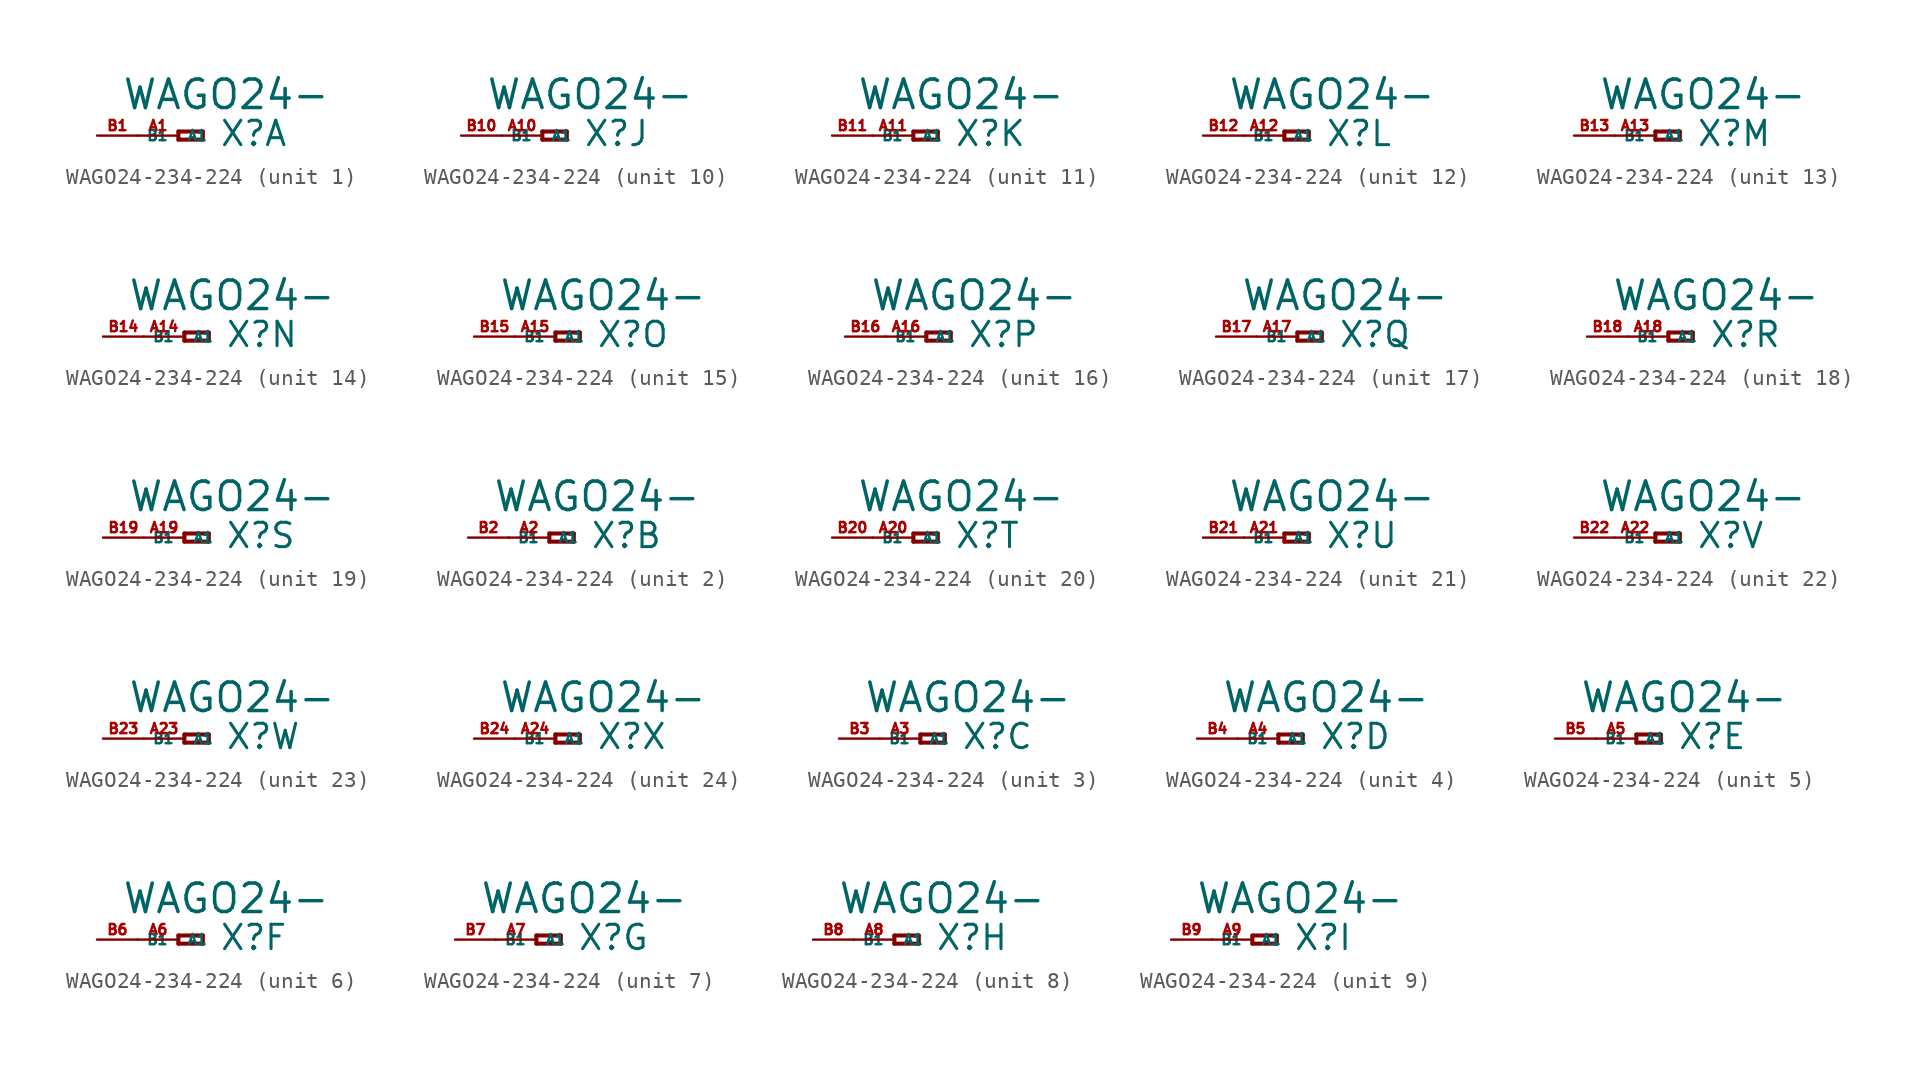
<source format=kicad_sym>
(kicad_symbol_lib
  (version 20220914)
  (generator Eagle2Kicad)
  (symbol "WAGO24-234-224"
    (property "Reference" "X"
      (at 2.54 -0.762 0)
      (effects (font (size 1.524 1.524) (thickness 0.19)) (justify left bottom)))
    (property "Value" "WAGO24-"
      (at -3.556 1.524 0)
      (effects (font (size 1.778 1.778) (thickness 0.22)) (justify left bottom)))
    (symbol "WAGO24-234-224_1_0"
      (polyline (pts (xy 0 0.254) (xy 0 -0.254)) (stroke (width 0.254) (type default)) (fill (type none)))
      (polyline (pts (xy 0 -0.254) (xy 1.524 -0.254)) (stroke (width 0.254) (type default)) (fill (type none)))
      (polyline (pts (xy 1.524 -0.254) (xy 1.524 0.254)) (stroke (width 0.254) (type default)) (fill (type none)))
      (polyline (pts (xy 1.524 0.254) (xy 0 0.254)) (stroke (width 0.254) (type default)) (fill (type none)))
      (pin passive line (at -2.54 0 0) (length 2.54) (name "A1" (effects (font (size 0.635 0.635) (thickness 0.08)) (justify left bottom))) (number "A1" (effects (font (size 0.635 0.635) (thickness 0.08)) (justify left bottom))))
      (pin passive line (at -5.08 0 0) (length 2.54) (name "B1" (effects (font (size 0.635 0.635) (thickness 0.08)) (justify left bottom))) (number "B1" (effects (font (size 0.635 0.635) (thickness 0.08)) (justify left bottom)))))
    (symbol "WAGO24-234-224_2_0"
      (polyline (pts (xy 0 0.254) (xy 0 -0.254)) (stroke (width 0.254) (type default)) (fill (type none)))
      (polyline (pts (xy 0 -0.254) (xy 1.524 -0.254)) (stroke (width 0.254) (type default)) (fill (type none)))
      (polyline (pts (xy 1.524 -0.254) (xy 1.524 0.254)) (stroke (width 0.254) (type default)) (fill (type none)))
      (polyline (pts (xy 1.524 0.254) (xy 0 0.254)) (stroke (width 0.254) (type default)) (fill (type none)))
      (pin passive line (at -2.54 0 0) (length 2.54) (name "A1" (effects (font (size 0.635 0.635) (thickness 0.08)) (justify left bottom))) (number "A2" (effects (font (size 0.635 0.635) (thickness 0.08)) (justify left bottom))))
      (pin passive line (at -5.08 0 0) (length 2.54) (name "B1" (effects (font (size 0.635 0.635) (thickness 0.08)) (justify left bottom))) (number "B2" (effects (font (size 0.635 0.635) (thickness 0.08)) (justify left bottom)))))
    (symbol "WAGO24-234-224_3_0"
      (polyline (pts (xy 0 0.254) (xy 0 -0.254)) (stroke (width 0.254) (type default)) (fill (type none)))
      (polyline (pts (xy 0 -0.254) (xy 1.524 -0.254)) (stroke (width 0.254) (type default)) (fill (type none)))
      (polyline (pts (xy 1.524 -0.254) (xy 1.524 0.254)) (stroke (width 0.254) (type default)) (fill (type none)))
      (polyline (pts (xy 1.524 0.254) (xy 0 0.254)) (stroke (width 0.254) (type default)) (fill (type none)))
      (pin passive line (at -2.54 0 0) (length 2.54) (name "A1" (effects (font (size 0.635 0.635) (thickness 0.08)) (justify left bottom))) (number "A3" (effects (font (size 0.635 0.635) (thickness 0.08)) (justify left bottom))))
      (pin passive line (at -5.08 0 0) (length 2.54) (name "B1" (effects (font (size 0.635 0.635) (thickness 0.08)) (justify left bottom))) (number "B3" (effects (font (size 0.635 0.635) (thickness 0.08)) (justify left bottom)))))
    (symbol "WAGO24-234-224_4_0"
      (polyline (pts (xy 0 0.254) (xy 0 -0.254)) (stroke (width 0.254) (type default)) (fill (type none)))
      (polyline (pts (xy 0 -0.254) (xy 1.524 -0.254)) (stroke (width 0.254) (type default)) (fill (type none)))
      (polyline (pts (xy 1.524 -0.254) (xy 1.524 0.254)) (stroke (width 0.254) (type default)) (fill (type none)))
      (polyline (pts (xy 1.524 0.254) (xy 0 0.254)) (stroke (width 0.254) (type default)) (fill (type none)))
      (pin passive line (at -2.54 0 0) (length 2.54) (name "A1" (effects (font (size 0.635 0.635) (thickness 0.08)) (justify left bottom))) (number "A4" (effects (font (size 0.635 0.635) (thickness 0.08)) (justify left bottom))))
      (pin passive line (at -5.08 0 0) (length 2.54) (name "B1" (effects (font (size 0.635 0.635) (thickness 0.08)) (justify left bottom))) (number "B4" (effects (font (size 0.635 0.635) (thickness 0.08)) (justify left bottom)))))
    (symbol "WAGO24-234-224_5_0"
      (polyline (pts (xy 0 0.254) (xy 0 -0.254)) (stroke (width 0.254) (type default)) (fill (type none)))
      (polyline (pts (xy 0 -0.254) (xy 1.524 -0.254)) (stroke (width 0.254) (type default)) (fill (type none)))
      (polyline (pts (xy 1.524 -0.254) (xy 1.524 0.254)) (stroke (width 0.254) (type default)) (fill (type none)))
      (polyline (pts (xy 1.524 0.254) (xy 0 0.254)) (stroke (width 0.254) (type default)) (fill (type none)))
      (pin passive line (at -2.54 0 0) (length 2.54) (name "A1" (effects (font (size 0.635 0.635) (thickness 0.08)) (justify left bottom))) (number "A5" (effects (font (size 0.635 0.635) (thickness 0.08)) (justify left bottom))))
      (pin passive line (at -5.08 0 0) (length 2.54) (name "B1" (effects (font (size 0.635 0.635) (thickness 0.08)) (justify left bottom))) (number "B5" (effects (font (size 0.635 0.635) (thickness 0.08)) (justify left bottom)))))
    (symbol "WAGO24-234-224_6_0"
      (polyline (pts (xy 0 0.254) (xy 0 -0.254)) (stroke (width 0.254) (type default)) (fill (type none)))
      (polyline (pts (xy 0 -0.254) (xy 1.524 -0.254)) (stroke (width 0.254) (type default)) (fill (type none)))
      (polyline (pts (xy 1.524 -0.254) (xy 1.524 0.254)) (stroke (width 0.254) (type default)) (fill (type none)))
      (polyline (pts (xy 1.524 0.254) (xy 0 0.254)) (stroke (width 0.254) (type default)) (fill (type none)))
      (pin passive line (at -2.54 0 0) (length 2.54) (name "A1" (effects (font (size 0.635 0.635) (thickness 0.08)) (justify left bottom))) (number "A6" (effects (font (size 0.635 0.635) (thickness 0.08)) (justify left bottom))))
      (pin passive line (at -5.08 0 0) (length 2.54) (name "B1" (effects (font (size 0.635 0.635) (thickness 0.08)) (justify left bottom))) (number "B6" (effects (font (size 0.635 0.635) (thickness 0.08)) (justify left bottom)))))
    (symbol "WAGO24-234-224_7_0"
      (polyline (pts (xy 0 0.254) (xy 0 -0.254)) (stroke (width 0.254) (type default)) (fill (type none)))
      (polyline (pts (xy 0 -0.254) (xy 1.524 -0.254)) (stroke (width 0.254) (type default)) (fill (type none)))
      (polyline (pts (xy 1.524 -0.254) (xy 1.524 0.254)) (stroke (width 0.254) (type default)) (fill (type none)))
      (polyline (pts (xy 1.524 0.254) (xy 0 0.254)) (stroke (width 0.254) (type default)) (fill (type none)))
      (pin passive line (at -2.54 0 0) (length 2.54) (name "A1" (effects (font (size 0.635 0.635) (thickness 0.08)) (justify left bottom))) (number "A7" (effects (font (size 0.635 0.635) (thickness 0.08)) (justify left bottom))))
      (pin passive line (at -5.08 0 0) (length 2.54) (name "B1" (effects (font (size 0.635 0.635) (thickness 0.08)) (justify left bottom))) (number "B7" (effects (font (size 0.635 0.635) (thickness 0.08)) (justify left bottom)))))
    (symbol "WAGO24-234-224_8_0"
      (polyline (pts (xy 0 0.254) (xy 0 -0.254)) (stroke (width 0.254) (type default)) (fill (type none)))
      (polyline (pts (xy 0 -0.254) (xy 1.524 -0.254)) (stroke (width 0.254) (type default)) (fill (type none)))
      (polyline (pts (xy 1.524 -0.254) (xy 1.524 0.254)) (stroke (width 0.254) (type default)) (fill (type none)))
      (polyline (pts (xy 1.524 0.254) (xy 0 0.254)) (stroke (width 0.254) (type default)) (fill (type none)))
      (pin passive line (at -2.54 0 0) (length 2.54) (name "A1" (effects (font (size 0.635 0.635) (thickness 0.08)) (justify left bottom))) (number "A8" (effects (font (size 0.635 0.635) (thickness 0.08)) (justify left bottom))))
      (pin passive line (at -5.08 0 0) (length 2.54) (name "B1" (effects (font (size 0.635 0.635) (thickness 0.08)) (justify left bottom))) (number "B8" (effects (font (size 0.635 0.635) (thickness 0.08)) (justify left bottom)))))
    (symbol "WAGO24-234-224_9_0"
      (polyline (pts (xy 0 0.254) (xy 0 -0.254)) (stroke (width 0.254) (type default)) (fill (type none)))
      (polyline (pts (xy 0 -0.254) (xy 1.524 -0.254)) (stroke (width 0.254) (type default)) (fill (type none)))
      (polyline (pts (xy 1.524 -0.254) (xy 1.524 0.254)) (stroke (width 0.254) (type default)) (fill (type none)))
      (polyline (pts (xy 1.524 0.254) (xy 0 0.254)) (stroke (width 0.254) (type default)) (fill (type none)))
      (pin passive line (at -2.54 0 0) (length 2.54) (name "A1" (effects (font (size 0.635 0.635) (thickness 0.08)) (justify left bottom))) (number "A9" (effects (font (size 0.635 0.635) (thickness 0.08)) (justify left bottom))))
      (pin passive line (at -5.08 0 0) (length 2.54) (name "B1" (effects (font (size 0.635 0.635) (thickness 0.08)) (justify left bottom))) (number "B9" (effects (font (size 0.635 0.635) (thickness 0.08)) (justify left bottom)))))
    (symbol "WAGO24-234-224_10_0"
      (polyline (pts (xy 0 0.254) (xy 0 -0.254)) (stroke (width 0.254) (type default)) (fill (type none)))
      (polyline (pts (xy 0 -0.254) (xy 1.524 -0.254)) (stroke (width 0.254) (type default)) (fill (type none)))
      (polyline (pts (xy 1.524 -0.254) (xy 1.524 0.254)) (stroke (width 0.254) (type default)) (fill (type none)))
      (polyline (pts (xy 1.524 0.254) (xy 0 0.254)) (stroke (width 0.254) (type default)) (fill (type none)))
      (pin passive line (at -2.54 0 0) (length 2.54) (name "A1" (effects (font (size 0.635 0.635) (thickness 0.08)) (justify left bottom))) (number "A10" (effects (font (size 0.635 0.635) (thickness 0.08)) (justify left bottom))))
      (pin passive line (at -5.08 0 0) (length 2.54) (name "B1" (effects (font (size 0.635 0.635) (thickness 0.08)) (justify left bottom))) (number "B10" (effects (font (size 0.635 0.635) (thickness 0.08)) (justify left bottom)))))
    (symbol "WAGO24-234-224_11_0"
      (polyline (pts (xy 0 0.254) (xy 0 -0.254)) (stroke (width 0.254) (type default)) (fill (type none)))
      (polyline (pts (xy 0 -0.254) (xy 1.524 -0.254)) (stroke (width 0.254) (type default)) (fill (type none)))
      (polyline (pts (xy 1.524 -0.254) (xy 1.524 0.254)) (stroke (width 0.254) (type default)) (fill (type none)))
      (polyline (pts (xy 1.524 0.254) (xy 0 0.254)) (stroke (width 0.254) (type default)) (fill (type none)))
      (pin passive line (at -2.54 0 0) (length 2.54) (name "A1" (effects (font (size 0.635 0.635) (thickness 0.08)) (justify left bottom))) (number "A11" (effects (font (size 0.635 0.635) (thickness 0.08)) (justify left bottom))))
      (pin passive line (at -5.08 0 0) (length 2.54) (name "B1" (effects (font (size 0.635 0.635) (thickness 0.08)) (justify left bottom))) (number "B11" (effects (font (size 0.635 0.635) (thickness 0.08)) (justify left bottom)))))
    (symbol "WAGO24-234-224_12_0"
      (polyline (pts (xy 0 0.254) (xy 0 -0.254)) (stroke (width 0.254) (type default)) (fill (type none)))
      (polyline (pts (xy 0 -0.254) (xy 1.524 -0.254)) (stroke (width 0.254) (type default)) (fill (type none)))
      (polyline (pts (xy 1.524 -0.254) (xy 1.524 0.254)) (stroke (width 0.254) (type default)) (fill (type none)))
      (polyline (pts (xy 1.524 0.254) (xy 0 0.254)) (stroke (width 0.254) (type default)) (fill (type none)))
      (pin passive line (at -2.54 0 0) (length 2.54) (name "A1" (effects (font (size 0.635 0.635) (thickness 0.08)) (justify left bottom))) (number "A12" (effects (font (size 0.635 0.635) (thickness 0.08)) (justify left bottom))))
      (pin passive line (at -5.08 0 0) (length 2.54) (name "B1" (effects (font (size 0.635 0.635) (thickness 0.08)) (justify left bottom))) (number "B12" (effects (font (size 0.635 0.635) (thickness 0.08)) (justify left bottom)))))
    (symbol "WAGO24-234-224_13_0"
      (polyline (pts (xy 0 0.254) (xy 0 -0.254)) (stroke (width 0.254) (type default)) (fill (type none)))
      (polyline (pts (xy 0 -0.254) (xy 1.524 -0.254)) (stroke (width 0.254) (type default)) (fill (type none)))
      (polyline (pts (xy 1.524 -0.254) (xy 1.524 0.254)) (stroke (width 0.254) (type default)) (fill (type none)))
      (polyline (pts (xy 1.524 0.254) (xy 0 0.254)) (stroke (width 0.254) (type default)) (fill (type none)))
      (pin passive line (at -2.54 0 0) (length 2.54) (name "A1" (effects (font (size 0.635 0.635) (thickness 0.08)) (justify left bottom))) (number "A13" (effects (font (size 0.635 0.635) (thickness 0.08)) (justify left bottom))))
      (pin passive line (at -5.08 0 0) (length 2.54) (name "B1" (effects (font (size 0.635 0.635) (thickness 0.08)) (justify left bottom))) (number "B13" (effects (font (size 0.635 0.635) (thickness 0.08)) (justify left bottom)))))
    (symbol "WAGO24-234-224_14_0"
      (polyline (pts (xy 0 0.254) (xy 0 -0.254)) (stroke (width 0.254) (type default)) (fill (type none)))
      (polyline (pts (xy 0 -0.254) (xy 1.524 -0.254)) (stroke (width 0.254) (type default)) (fill (type none)))
      (polyline (pts (xy 1.524 -0.254) (xy 1.524 0.254)) (stroke (width 0.254) (type default)) (fill (type none)))
      (polyline (pts (xy 1.524 0.254) (xy 0 0.254)) (stroke (width 0.254) (type default)) (fill (type none)))
      (pin passive line (at -2.54 0 0) (length 2.54) (name "A1" (effects (font (size 0.635 0.635) (thickness 0.08)) (justify left bottom))) (number "A14" (effects (font (size 0.635 0.635) (thickness 0.08)) (justify left bottom))))
      (pin passive line (at -5.08 0 0) (length 2.54) (name "B1" (effects (font (size 0.635 0.635) (thickness 0.08)) (justify left bottom))) (number "B14" (effects (font (size 0.635 0.635) (thickness 0.08)) (justify left bottom)))))
    (symbol "WAGO24-234-224_15_0"
      (polyline (pts (xy 0 0.254) (xy 0 -0.254)) (stroke (width 0.254) (type default)) (fill (type none)))
      (polyline (pts (xy 0 -0.254) (xy 1.524 -0.254)) (stroke (width 0.254) (type default)) (fill (type none)))
      (polyline (pts (xy 1.524 -0.254) (xy 1.524 0.254)) (stroke (width 0.254) (type default)) (fill (type none)))
      (polyline (pts (xy 1.524 0.254) (xy 0 0.254)) (stroke (width 0.254) (type default)) (fill (type none)))
      (pin passive line (at -2.54 0 0) (length 2.54) (name "A1" (effects (font (size 0.635 0.635) (thickness 0.08)) (justify left bottom))) (number "A15" (effects (font (size 0.635 0.635) (thickness 0.08)) (justify left bottom))))
      (pin passive line (at -5.08 0 0) (length 2.54) (name "B1" (effects (font (size 0.635 0.635) (thickness 0.08)) (justify left bottom))) (number "B15" (effects (font (size 0.635 0.635) (thickness 0.08)) (justify left bottom)))))
    (symbol "WAGO24-234-224_16_0"
      (polyline (pts (xy 0 0.254) (xy 0 -0.254)) (stroke (width 0.254) (type default)) (fill (type none)))
      (polyline (pts (xy 0 -0.254) (xy 1.524 -0.254)) (stroke (width 0.254) (type default)) (fill (type none)))
      (polyline (pts (xy 1.524 -0.254) (xy 1.524 0.254)) (stroke (width 0.254) (type default)) (fill (type none)))
      (polyline (pts (xy 1.524 0.254) (xy 0 0.254)) (stroke (width 0.254) (type default)) (fill (type none)))
      (pin passive line (at -2.54 0 0) (length 2.54) (name "A1" (effects (font (size 0.635 0.635) (thickness 0.08)) (justify left bottom))) (number "A16" (effects (font (size 0.635 0.635) (thickness 0.08)) (justify left bottom))))
      (pin passive line (at -5.08 0 0) (length 2.54) (name "B1" (effects (font (size 0.635 0.635) (thickness 0.08)) (justify left bottom))) (number "B16" (effects (font (size 0.635 0.635) (thickness 0.08)) (justify left bottom)))))
    (symbol "WAGO24-234-224_17_0"
      (polyline (pts (xy 0 0.254) (xy 0 -0.254)) (stroke (width 0.254) (type default)) (fill (type none)))
      (polyline (pts (xy 0 -0.254) (xy 1.524 -0.254)) (stroke (width 0.254) (type default)) (fill (type none)))
      (polyline (pts (xy 1.524 -0.254) (xy 1.524 0.254)) (stroke (width 0.254) (type default)) (fill (type none)))
      (polyline (pts (xy 1.524 0.254) (xy 0 0.254)) (stroke (width 0.254) (type default)) (fill (type none)))
      (pin passive line (at -2.54 0 0) (length 2.54) (name "A1" (effects (font (size 0.635 0.635) (thickness 0.08)) (justify left bottom))) (number "A17" (effects (font (size 0.635 0.635) (thickness 0.08)) (justify left bottom))))
      (pin passive line (at -5.08 0 0) (length 2.54) (name "B1" (effects (font (size 0.635 0.635) (thickness 0.08)) (justify left bottom))) (number "B17" (effects (font (size 0.635 0.635) (thickness 0.08)) (justify left bottom)))))
    (symbol "WAGO24-234-224_18_0"
      (polyline (pts (xy 0 0.254) (xy 0 -0.254)) (stroke (width 0.254) (type default)) (fill (type none)))
      (polyline (pts (xy 0 -0.254) (xy 1.524 -0.254)) (stroke (width 0.254) (type default)) (fill (type none)))
      (polyline (pts (xy 1.524 -0.254) (xy 1.524 0.254)) (stroke (width 0.254) (type default)) (fill (type none)))
      (polyline (pts (xy 1.524 0.254) (xy 0 0.254)) (stroke (width 0.254) (type default)) (fill (type none)))
      (pin passive line (at -2.54 0 0) (length 2.54) (name "A1" (effects (font (size 0.635 0.635) (thickness 0.08)) (justify left bottom))) (number "A18" (effects (font (size 0.635 0.635) (thickness 0.08)) (justify left bottom))))
      (pin passive line (at -5.08 0 0) (length 2.54) (name "B1" (effects (font (size 0.635 0.635) (thickness 0.08)) (justify left bottom))) (number "B18" (effects (font (size 0.635 0.635) (thickness 0.08)) (justify left bottom)))))
    (symbol "WAGO24-234-224_19_0"
      (polyline (pts (xy 0 0.254) (xy 0 -0.254)) (stroke (width 0.254) (type default)) (fill (type none)))
      (polyline (pts (xy 0 -0.254) (xy 1.524 -0.254)) (stroke (width 0.254) (type default)) (fill (type none)))
      (polyline (pts (xy 1.524 -0.254) (xy 1.524 0.254)) (stroke (width 0.254) (type default)) (fill (type none)))
      (polyline (pts (xy 1.524 0.254) (xy 0 0.254)) (stroke (width 0.254) (type default)) (fill (type none)))
      (pin passive line (at -2.54 0 0) (length 2.54) (name "A1" (effects (font (size 0.635 0.635) (thickness 0.08)) (justify left bottom))) (number "A19" (effects (font (size 0.635 0.635) (thickness 0.08)) (justify left bottom))))
      (pin passive line (at -5.08 0 0) (length 2.54) (name "B1" (effects (font (size 0.635 0.635) (thickness 0.08)) (justify left bottom))) (number "B19" (effects (font (size 0.635 0.635) (thickness 0.08)) (justify left bottom)))))
    (symbol "WAGO24-234-224_20_0"
      (polyline (pts (xy 0 0.254) (xy 0 -0.254)) (stroke (width 0.254) (type default)) (fill (type none)))
      (polyline (pts (xy 0 -0.254) (xy 1.524 -0.254)) (stroke (width 0.254) (type default)) (fill (type none)))
      (polyline (pts (xy 1.524 -0.254) (xy 1.524 0.254)) (stroke (width 0.254) (type default)) (fill (type none)))
      (polyline (pts (xy 1.524 0.254) (xy 0 0.254)) (stroke (width 0.254) (type default)) (fill (type none)))
      (pin passive line (at -2.54 0 0) (length 2.54) (name "A1" (effects (font (size 0.635 0.635) (thickness 0.08)) (justify left bottom))) (number "A20" (effects (font (size 0.635 0.635) (thickness 0.08)) (justify left bottom))))
      (pin passive line (at -5.08 0 0) (length 2.54) (name "B1" (effects (font (size 0.635 0.635) (thickness 0.08)) (justify left bottom))) (number "B20" (effects (font (size 0.635 0.635) (thickness 0.08)) (justify left bottom)))))
    (symbol "WAGO24-234-224_21_0"
      (polyline (pts (xy 0 0.254) (xy 0 -0.254)) (stroke (width 0.254) (type default)) (fill (type none)))
      (polyline (pts (xy 0 -0.254) (xy 1.524 -0.254)) (stroke (width 0.254) (type default)) (fill (type none)))
      (polyline (pts (xy 1.524 -0.254) (xy 1.524 0.254)) (stroke (width 0.254) (type default)) (fill (type none)))
      (polyline (pts (xy 1.524 0.254) (xy 0 0.254)) (stroke (width 0.254) (type default)) (fill (type none)))
      (pin passive line (at -2.54 0 0) (length 2.54) (name "A1" (effects (font (size 0.635 0.635) (thickness 0.08)) (justify left bottom))) (number "A21" (effects (font (size 0.635 0.635) (thickness 0.08)) (justify left bottom))))
      (pin passive line (at -5.08 0 0) (length 2.54) (name "B1" (effects (font (size 0.635 0.635) (thickness 0.08)) (justify left bottom))) (number "B21" (effects (font (size 0.635 0.635) (thickness 0.08)) (justify left bottom)))))
    (symbol "WAGO24-234-224_22_0"
      (polyline (pts (xy 0 0.254) (xy 0 -0.254)) (stroke (width 0.254) (type default)) (fill (type none)))
      (polyline (pts (xy 0 -0.254) (xy 1.524 -0.254)) (stroke (width 0.254) (type default)) (fill (type none)))
      (polyline (pts (xy 1.524 -0.254) (xy 1.524 0.254)) (stroke (width 0.254) (type default)) (fill (type none)))
      (polyline (pts (xy 1.524 0.254) (xy 0 0.254)) (stroke (width 0.254) (type default)) (fill (type none)))
      (pin passive line (at -2.54 0 0) (length 2.54) (name "A1" (effects (font (size 0.635 0.635) (thickness 0.08)) (justify left bottom))) (number "A22" (effects (font (size 0.635 0.635) (thickness 0.08)) (justify left bottom))))
      (pin passive line (at -5.08 0 0) (length 2.54) (name "B1" (effects (font (size 0.635 0.635) (thickness 0.08)) (justify left bottom))) (number "B22" (effects (font (size 0.635 0.635) (thickness 0.08)) (justify left bottom)))))
    (symbol "WAGO24-234-224_23_0"
      (polyline (pts (xy 0 0.254) (xy 0 -0.254)) (stroke (width 0.254) (type default)) (fill (type none)))
      (polyline (pts (xy 0 -0.254) (xy 1.524 -0.254)) (stroke (width 0.254) (type default)) (fill (type none)))
      (polyline (pts (xy 1.524 -0.254) (xy 1.524 0.254)) (stroke (width 0.254) (type default)) (fill (type none)))
      (polyline (pts (xy 1.524 0.254) (xy 0 0.254)) (stroke (width 0.254) (type default)) (fill (type none)))
      (pin passive line (at -2.54 0 0) (length 2.54) (name "A1" (effects (font (size 0.635 0.635) (thickness 0.08)) (justify left bottom))) (number "A23" (effects (font (size 0.635 0.635) (thickness 0.08)) (justify left bottom))))
      (pin passive line (at -5.08 0 0) (length 2.54) (name "B1" (effects (font (size 0.635 0.635) (thickness 0.08)) (justify left bottom))) (number "B23" (effects (font (size 0.635 0.635) (thickness 0.08)) (justify left bottom)))))
    (symbol "WAGO24-234-224_24_0"
      (polyline (pts (xy 0 0.254) (xy 0 -0.254)) (stroke (width 0.254) (type default)) (fill (type none)))
      (polyline (pts (xy 0 -0.254) (xy 1.524 -0.254)) (stroke (width 0.254) (type default)) (fill (type none)))
      (polyline (pts (xy 1.524 -0.254) (xy 1.524 0.254)) (stroke (width 0.254) (type default)) (fill (type none)))
      (polyline (pts (xy 1.524 0.254) (xy 0 0.254)) (stroke (width 0.254) (type default)) (fill (type none)))
      (pin passive line (at -2.54 0 0) (length 2.54) (name "A1" (effects (font (size 0.635 0.635) (thickness 0.08)) (justify left bottom))) (number "A24" (effects (font (size 0.635 0.635) (thickness 0.08)) (justify left bottom))))
      (pin passive line (at -5.08 0 0) (length 2.54) (name "B1" (effects (font (size 0.635 0.635) (thickness 0.08)) (justify left bottom))) (number "B24" (effects (font (size 0.635 0.635) (thickness 0.08)) (justify left bottom)))))))
</source>
